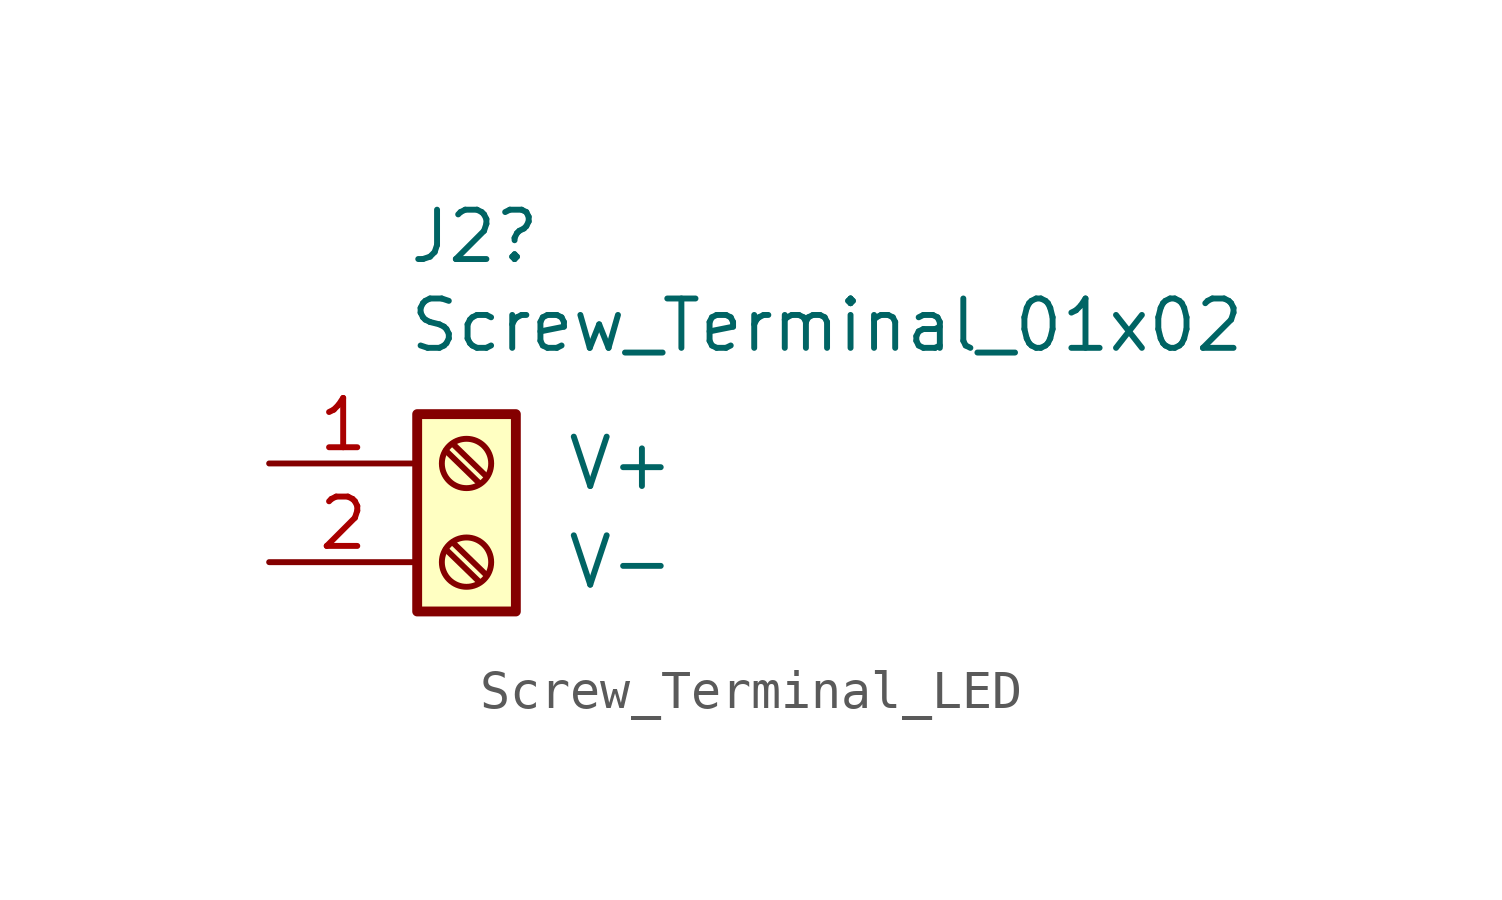
<source format=kicad_sym>
(kicad_symbol_lib
  (version 20231120)
  (generator "kicad_symbol_editor")
  (generator_version "8.0")
  (symbol "Screw_Terminal_LED"
    (pin_names
      (offset 3.81))
    (property "Reference" "J2"
      (at -1.524 5.842 0)
      (effects (font (size 1.27 1.27)) (justify left)))
    (property "Value" "Screw_Terminal_01x02"
      (at -1.524 3.556 0)
      (effects (font (size 1.27 1.27)) (justify left)))
    (symbol "Screw_Terminal_LED_1_1"
      (rectangle (start -1.27 1.27) (end 1.27 -3.81) (stroke (width 0.254) (type default)) (fill (type background)))
      (circle (center 0 -2.54) (radius 0.635) (stroke (width 0.152) (type default)) (fill (type none)))
      (polyline (pts (xy -0.533 -2.21) (xy 0.33 -3.048)) (stroke (width 0.152) (type default)) (fill (type none)))
      (polyline (pts (xy -0.533 0.33) (xy 0.33 -0.508)) (stroke (width 0.152) (type default)) (fill (type none)))
      (polyline (pts (xy -0.356 -2.032) (xy 0.508 -2.87)) (stroke (width 0.152) (type default)) (fill (type none)))
      (polyline (pts (xy -0.356 0.508) (xy 0.508 -0.33)) (stroke (width 0.152) (type default)) (fill (type none)))
      (circle (center 0 0) (radius 0.635) (stroke (width 0.152) (type default)) (fill (type none)))
      (pin passive line (at -5.08 0 0) (length 3.81) (name "V+" (effects (font (size 1.27 1.27)))) (number "1" (effects (font (size 1.27 1.27)))))
      (pin passive line (at -5.08 -2.54 0) (length 3.81) (name "V-" (effects (font (size 1.27 1.27)))) (number "2" (effects (font (size 1.27 1.27))))))))
</source>
